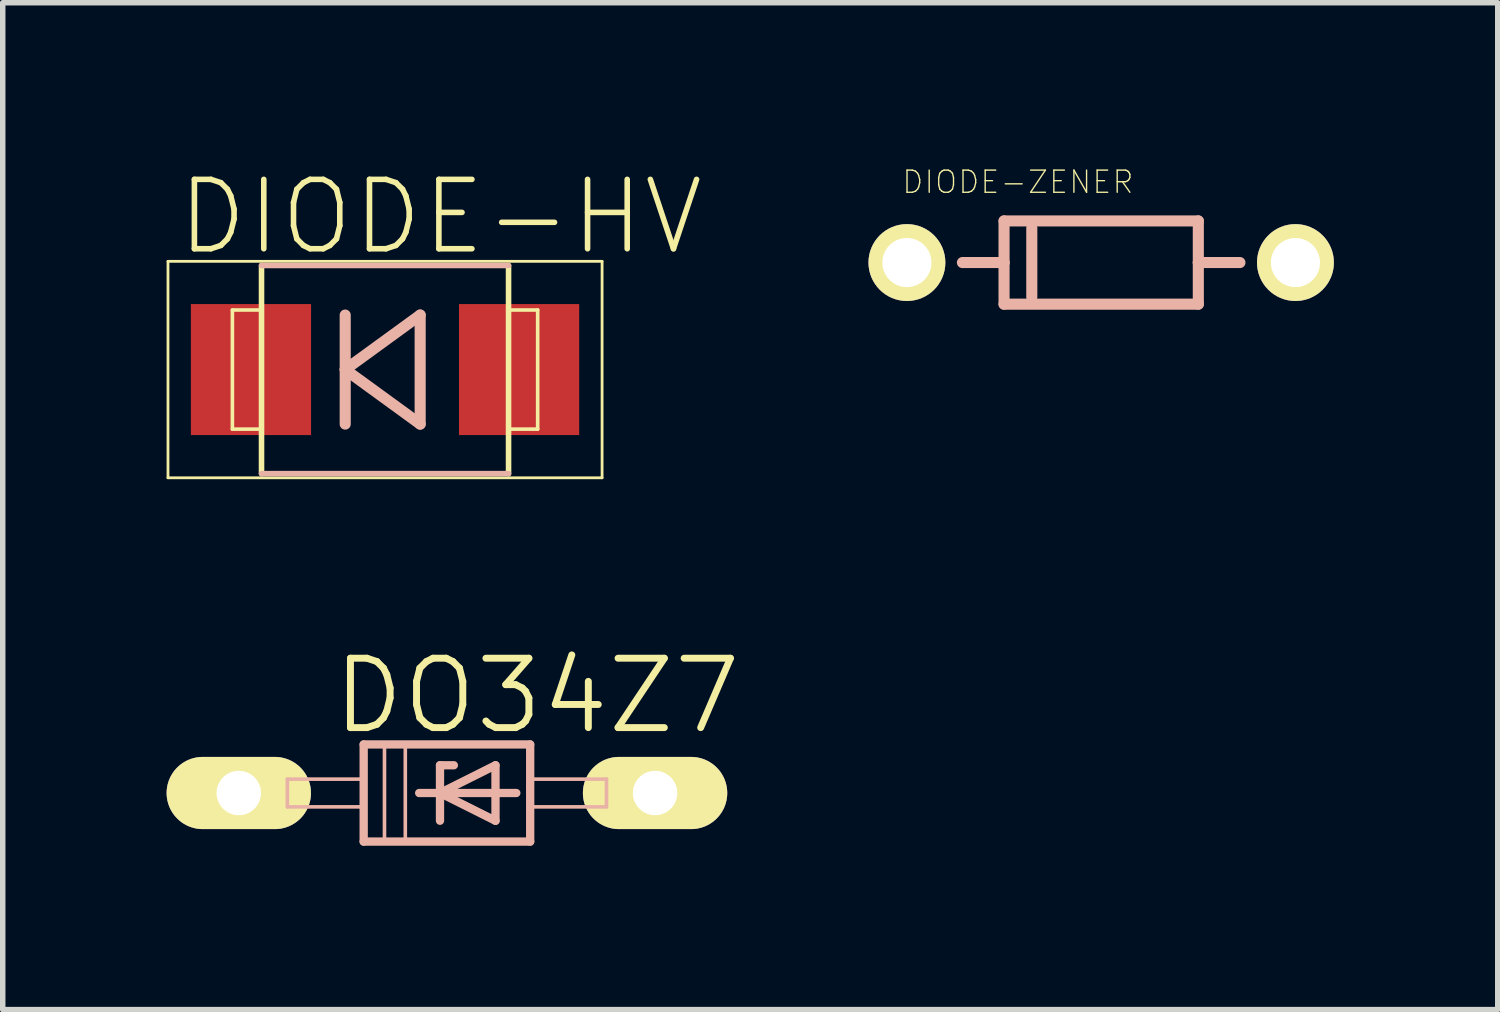
<source format=kicad_pcb>
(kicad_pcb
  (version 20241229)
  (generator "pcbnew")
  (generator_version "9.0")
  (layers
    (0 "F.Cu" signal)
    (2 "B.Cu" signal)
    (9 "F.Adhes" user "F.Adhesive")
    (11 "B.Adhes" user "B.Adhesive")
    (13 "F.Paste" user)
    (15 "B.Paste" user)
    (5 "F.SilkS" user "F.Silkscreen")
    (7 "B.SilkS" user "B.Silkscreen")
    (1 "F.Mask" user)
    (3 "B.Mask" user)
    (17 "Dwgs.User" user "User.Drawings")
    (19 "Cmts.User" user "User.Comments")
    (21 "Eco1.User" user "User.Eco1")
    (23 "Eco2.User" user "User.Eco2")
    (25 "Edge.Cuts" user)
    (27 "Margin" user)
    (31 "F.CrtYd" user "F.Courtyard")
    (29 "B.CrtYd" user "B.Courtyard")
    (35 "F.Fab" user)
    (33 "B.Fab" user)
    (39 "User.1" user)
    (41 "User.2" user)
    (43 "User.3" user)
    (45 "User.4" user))
  (footprint "DIODE-ZENER"
    (layer "F.Cu")
    (at 17.107 1.756)
    (property "Reference" "DIODE-ZENER" (at -1.524 -1.473 0) (layer "F.SilkS") (effects (font (size 0.406 0.406) (thickness 0.025))))
    (attr exclude_from_pos_files exclude_from_bom)
    (fp_line (start -1.778 -0.762) (end 1.778 -0.762) (stroke (width 0.203) (type solid)) (layer "B.SilkS"))
    (fp_line (start -1.778 0) (end -2.54 0) (stroke (width 0.203) (type solid)) (layer "B.SilkS"))
    (fp_line (start -1.778 0) (end -1.778 -0.762) (stroke (width 0.203) (type solid)) (layer "B.SilkS"))
    (fp_line (start -1.778 0.762) (end -1.778 0) (stroke (width 0.203) (type solid)) (layer "B.SilkS"))
    (fp_line (start -1.27 -0.635) (end -1.27 0.635) (stroke (width 0.203) (type solid)) (layer "B.SilkS"))
    (fp_line (start 1.778 -0.762) (end 1.778 0) (stroke (width 0.203) (type solid)) (layer "B.SilkS"))
    (fp_line (start 1.778 0) (end 1.778 0.762) (stroke (width 0.203) (type solid)) (layer "B.SilkS"))
    (fp_line (start 1.778 0) (end 2.54 0) (stroke (width 0.203) (type solid)) (layer "B.SilkS"))
    (fp_line (start 1.778 0.762) (end -1.778 0.762) (stroke (width 0.203) (type solid)) (layer "B.SilkS"))
    (pad "P$1" thru_hole circle (at -3.556 0) (size 1.407 1.407) (drill 0.899) (layers "*.Cu" "F.Mask" "F.SilkS" "F.Paste"))
    (pad "P$2" thru_hole circle (at 3.556 0) (size 1.407 1.407) (drill 0.899) (layers "*.Cu" "F.Mask" "F.SilkS" "F.Paste")))
  (footprint "DO34Z7"
    (layer "F.Cu")
    (at 5.131 11.466)
    (property "Reference" "DO34Z7" (at 1.651 -1.778 0) (layer "F.SilkS") (effects (font (size 1.27 1.27) (thickness 0.127))))
    (attr exclude_from_pos_files exclude_from_bom)
    (fp_line (start -3.81 0) (end -2.921 0) (stroke (width 0.508) (type solid)) (layer "F.SilkS"))
    (fp_line (start 3.81 0) (end 2.921 0) (stroke (width 0.508) (type solid)) (layer "F.SilkS"))
    (fp_line (start -2.921 -0.254) (end -1.524 -0.254) (stroke (width 0.066) (type solid)) (layer "B.SilkS"))
    (fp_line (start -2.921 0.254) (end -2.921 -0.254) (stroke (width 0.066) (type solid)) (layer "B.SilkS"))
    (fp_line (start -2.921 0.254) (end -1.524 0.254) (stroke (width 0.066) (type solid)) (layer "B.SilkS"))
    (fp_line (start -1.524 -0.889) (end -1.524 0.889) (stroke (width 0.152) (type solid)) (layer "B.SilkS"))
    (fp_line (start -1.524 0.254) (end -1.524 -0.254) (stroke (width 0.066) (type solid)) (layer "B.SilkS"))
    (fp_line (start -1.524 0.889) (end 1.524 0.889) (stroke (width 0.152) (type solid)) (layer "B.SilkS"))
    (fp_line (start -1.143 -0.889) (end -0.762 -0.889) (stroke (width 0.066) (type solid)) (layer "B.SilkS"))
    (fp_line (start -1.143 0.889) (end -1.143 -0.889) (stroke (width 0.066) (type solid)) (layer "B.SilkS"))
    (fp_line (start -1.143 0.889) (end -0.762 0.889) (stroke (width 0.066) (type solid)) (layer "B.SilkS"))
    (fp_line (start -0.762 0.889) (end -0.762 -0.889) (stroke (width 0.066) (type solid)) (layer "B.SilkS"))
    (fp_line (start -0.508 0) (end -0.127 0) (stroke (width 0.152) (type solid)) (layer "B.SilkS"))
    (fp_line (start -0.127 -0.508) (end -0.127 0) (stroke (width 0.152) (type solid)) (layer "B.SilkS"))
    (fp_line (start -0.127 0) (end -0.127 0.508) (stroke (width 0.152) (type solid)) (layer "B.SilkS"))
    (fp_line (start -0.127 0) (end 0.889 -0.508) (stroke (width 0.152) (type solid)) (layer "B.SilkS"))
    (fp_line (start -0.127 0) (end 1.27 0) (stroke (width 0.152) (type solid)) (layer "B.SilkS"))
    (fp_line (start 0.127 -0.508) (end -0.127 -0.508) (stroke (width 0.152) (type solid)) (layer "B.SilkS"))
    (fp_line (start 0.889 -0.508) (end 0.889 0.508) (stroke (width 0.152) (type solid)) (layer "B.SilkS"))
    (fp_line (start 0.889 0.508) (end -0.127 0) (stroke (width 0.152) (type solid)) (layer "B.SilkS"))
    (fp_line (start 1.524 -0.889) (end -1.524 -0.889) (stroke (width 0.152) (type solid)) (layer "B.SilkS"))
    (fp_line (start 1.524 -0.254) (end 2.921 -0.254) (stroke (width 0.066) (type solid)) (layer "B.SilkS"))
    (fp_line (start 1.524 0.254) (end 1.524 -0.254) (stroke (width 0.066) (type solid)) (layer "B.SilkS"))
    (fp_line (start 1.524 0.254) (end 2.921 0.254) (stroke (width 0.066) (type solid)) (layer "B.SilkS"))
    (fp_line (start 1.524 0.889) (end 1.524 -0.889) (stroke (width 0.152) (type solid)) (layer "B.SilkS"))
    (fp_line (start 2.921 0.254) (end 2.921 -0.254) (stroke (width 0.066) (type solid)) (layer "B.SilkS"))
    (pad "A" thru_hole oval (at 3.81 0 90) (size 1.321 2.642) (drill 0.813) (layers "*.Cu" "F.Mask" "F.SilkS" "F.Paste"))
    (pad "C" thru_hole oval (at -3.81 0 90) (size 1.321 2.642) (drill 0.813) (layers "*.Cu" "F.Mask" "F.SilkS" "F.Paste")))
  (footprint "DIODE-HV"
    (layer "F.Cu")
    (at 3.998 3.715)
    (property "Reference" "DIODE-HV" (at 1.016 -2.794 0) (layer "F.SilkS") (effects (font (size 1.27 1.27) (thickness 0.102))))
    (attr smd)
    (fp_line (start -3.973 -1.981) (end 3.973 -1.981) (stroke (width 0.051) (type solid)) (layer "F.SilkS"))
    (fp_line (start -3.973 1.981) (end -3.973 -1.981) (stroke (width 0.051) (type solid)) (layer "F.SilkS"))
    (fp_line (start -2.794 -1.09) (end -2.261 -1.09) (stroke (width 0.066) (type solid)) (layer "F.SilkS"))
    (fp_line (start -2.794 1.09) (end -2.794 -1.09) (stroke (width 0.066) (type solid)) (layer "F.SilkS"))
    (fp_line (start -2.794 1.09) (end -2.261 1.09) (stroke (width 0.066) (type solid)) (layer "F.SilkS"))
    (fp_line (start -2.261 1.09) (end -2.261 -1.09) (stroke (width 0.066) (type solid)) (layer "F.SilkS"))
    (fp_line (start -2.261 1.905) (end -2.261 -1.905) (stroke (width 0.102) (type solid)) (layer "F.SilkS"))
    (fp_line (start 2.261 -1.09) (end 2.794 -1.09) (stroke (width 0.066) (type solid)) (layer "F.SilkS"))
    (fp_line (start 2.261 1.09) (end 2.261 -1.09) (stroke (width 0.066) (type solid)) (layer "F.SilkS"))
    (fp_line (start 2.261 1.09) (end 2.794 1.09) (stroke (width 0.066) (type solid)) (layer "F.SilkS"))
    (fp_line (start 2.261 1.905) (end 2.261 -1.905) (stroke (width 0.102) (type solid)) (layer "F.SilkS"))
    (fp_line (start 2.794 1.09) (end 2.794 -1.09) (stroke (width 0.066) (type solid)) (layer "F.SilkS"))
    (fp_line (start 3.973 -1.981) (end 3.973 1.981) (stroke (width 0.051) (type solid)) (layer "F.SilkS"))
    (fp_line (start 3.973 1.981) (end -3.973 1.981) (stroke (width 0.051) (type solid)) (layer "F.SilkS"))
    (fp_line (start -2.261 -1.905) (end 2.261 -1.905) (stroke (width 0.102) (type solid)) (layer "B.SilkS"))
    (fp_line (start -2.261 1.905) (end 2.261 1.905) (stroke (width 0.102) (type solid)) (layer "B.SilkS"))
    (fp_line (start -0.729 -0.998) (end -0.729 0.998) (stroke (width 0.203) (type solid)) (layer "B.SilkS"))
    (fp_line (start -0.729 0) (end 0.643 0.998) (stroke (width 0.203) (type solid)) (layer "B.SilkS"))
    (fp_line (start 0.643 -0.998) (end -0.729 0) (stroke (width 0.203) (type solid)) (layer "B.SilkS"))
    (fp_line (start 0.643 0.998) (end 0.643 -0.998) (stroke (width 0.203) (type solid)) (layer "B.SilkS"))
    (pad "A" smd rect (at 2.454 0) (size 2.2 2.398) (layers "F.Cu" "F.Mask" "F.Paste"))
    (pad "C" smd rect (at -2.454 0) (size 2.2 2.398) (layers "F.Cu" "F.Mask" "F.Paste")))
  (gr_rect
    (start -3 -3)
    (end 24.366 15.431)
    (stroke (width 0.1) (type default))
    (fill no)
    (layer "Edge.Cuts")))
</source>
